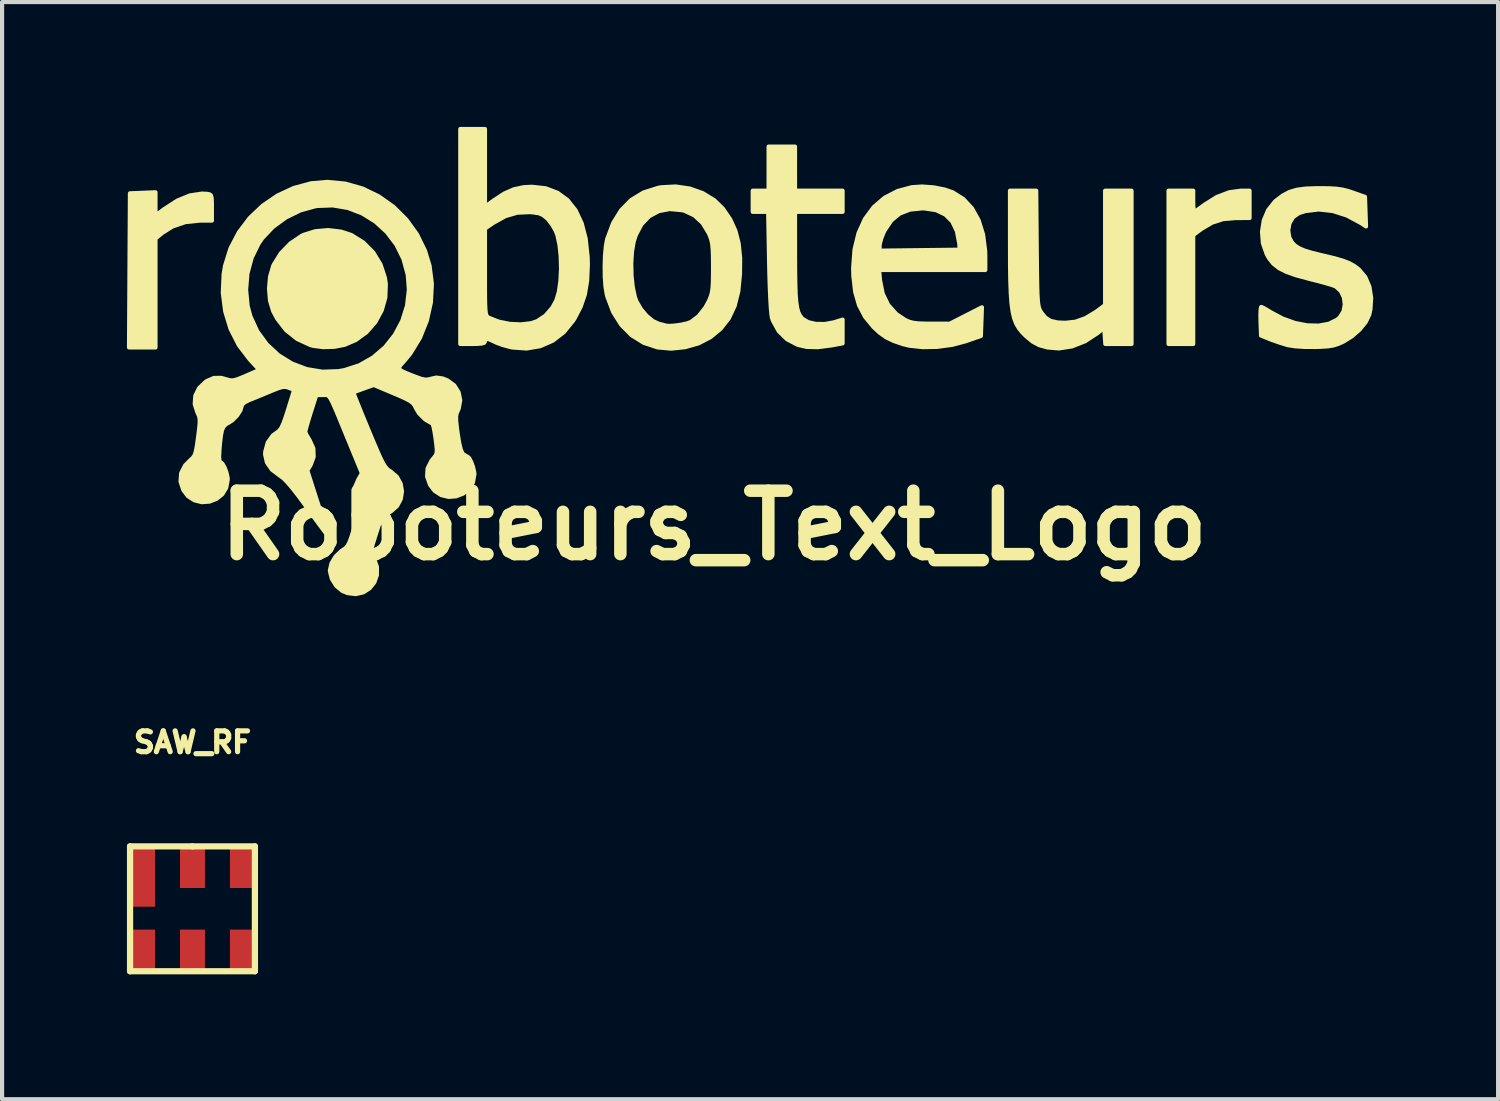
<source format=kicad_pcb>
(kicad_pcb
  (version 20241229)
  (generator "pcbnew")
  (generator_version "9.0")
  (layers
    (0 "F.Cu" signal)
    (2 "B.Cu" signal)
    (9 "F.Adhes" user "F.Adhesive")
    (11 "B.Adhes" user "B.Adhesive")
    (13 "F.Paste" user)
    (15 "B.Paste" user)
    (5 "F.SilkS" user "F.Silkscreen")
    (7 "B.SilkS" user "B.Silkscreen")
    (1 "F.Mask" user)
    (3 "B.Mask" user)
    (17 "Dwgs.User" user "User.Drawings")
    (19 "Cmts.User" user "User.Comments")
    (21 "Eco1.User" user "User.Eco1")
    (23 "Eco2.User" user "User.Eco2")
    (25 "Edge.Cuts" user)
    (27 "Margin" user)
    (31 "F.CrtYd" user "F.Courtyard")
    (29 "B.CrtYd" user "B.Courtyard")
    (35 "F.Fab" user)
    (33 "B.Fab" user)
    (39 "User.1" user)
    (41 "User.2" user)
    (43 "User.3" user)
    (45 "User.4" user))
  (footprint "SAW_RF"
    (layer "F.Cu")
    (at 1.575 18.787)
    (property "Reference" "SAW_RF" (at 0 -4 0) (layer "F.SilkS") (effects (font (size 0.5 0.5) (thickness 0.125))))
    (attr through_hole)
    (fp_line (start -1.5 -1.5) (end 0 -1.5) (stroke (width 0.15) (type solid)) (layer "F.SilkS"))
    (fp_line (start -1.5 1.5) (end -1.5 -1.5) (stroke (width 0.15) (type solid)) (layer "F.SilkS"))
    (fp_line (start 0 -1.5) (end 1.5 -1.5) (stroke (width 0.15) (type solid)) (layer "F.SilkS"))
    (fp_line (start 1.5 -1.5) (end 1.5 1.5) (stroke (width 0.15) (type solid)) (layer "F.SilkS"))
    (fp_line (start 1.5 1.5) (end -1.5 1.5) (stroke (width 0.15) (type solid)) (layer "F.SilkS"))
    (pad "1" smd rect (at -1.2 -0.8) (size 0.6 1.5) (layers "F.Cu" "F.Mask" "F.Paste"))
    (pad "2" smd rect (at 0 -1) (size 0.6 1) (layers "F.Cu" "F.Mask" "F.Paste"))
    (pad "3" smd rect (at 1.2 -1) (size 0.6 1) (layers "F.Cu" "F.Mask" "F.Paste"))
    (pad "4" smd rect (at 1.2 1) (size 0.6 1) (layers "F.Cu" "F.Mask" "F.Paste"))
    (pad "5" smd rect (at 0 1) (size 0.6 1) (layers "F.Cu" "F.Mask" "F.Paste"))
    (pad "6" smd rect (at -1.2 1) (size 0.6 1) (layers "F.Cu" "F.Mask" "F.Paste")))
  (footprint "Roboteurs_Text_Logo"
    (layer "F.Cu")
    (at 14.106 9.575)
    (property "Reference" "Roboteurs_Text_Logo" (at 0 0 0) (layer "F.SilkS") (effects (font (size 1.524 1.524) (thickness 0.3))))
    (attr through_hole)
    (fp_poly (pts (xy -12.065 -7.324) (xy -12.36 -7.324) (xy -12.702 -7.288) (xy -13.011 -7.183) (xy -13.261 -7.025) (xy -13.42 -6.894) (xy -13.42 -5.585) (xy -13.42 -4.276) (xy -13.738 -4.276) (xy -14.056 -4.276) (xy -14.045 -6.128) (xy -14.034 -7.98) (xy -13.727 -7.992) (xy -13.42 -8.005) (xy -13.42 -7.724) (xy -13.42 -7.443) (xy -13.219 -7.596) (xy -12.899 -7.803) (xy -12.593 -7.929) (xy -12.301 -7.973) (xy -12.181 -7.967) (xy -12.122 -7.956) (xy -12.087 -7.93) (xy -12.071 -7.869) (xy -12.065 -7.755) (xy -12.065 -7.638) (xy -12.065 -7.324)) (stroke (width 0.1) (type solid)) (fill yes) (layer "F.SilkS"))
    (fp_poly (pts (xy 12.869 -7.387) (xy 12.541 -7.386) (xy 12.234 -7.36) (xy 11.965 -7.274) (xy 11.706 -7.12) (xy 11.664 -7.089) (xy 11.515 -6.975) (xy 11.515 -5.668) (xy 11.515 -4.36) (xy 11.218 -4.36) (xy 10.922 -4.36) (xy 10.922 -6.202) (xy 10.922 -8.043) (xy 11.218 -8.043) (xy 11.515 -8.043) (xy 11.515 -7.789) (xy 11.518 -7.655) (xy 11.527 -7.563) (xy 11.538 -7.535) (xy 11.581 -7.559) (xy 11.671 -7.621) (xy 11.789 -7.708) (xy 12.083 -7.892) (xy 12.379 -8.005) (xy 12.658 -8.043) (xy 12.869 -8.043) (xy 12.869 -7.715) (xy 12.869 -7.387)) (stroke (width 0.1) (type solid)) (fill yes) (layer "F.SilkS"))
    (fp_poly (pts (xy -7.885 -5.798) (xy -7.897 -5.477) (xy -7.984 -5.168) (xy -8.137 -4.886) (xy -8.348 -4.644) (xy -8.607 -4.455) (xy -8.875 -4.34) (xy -9.124 -4.292) (xy -9.389 -4.284) (xy -9.631 -4.315) (xy -9.696 -4.333) (xy -10.014 -4.479) (xy -10.283 -4.693) (xy -10.498 -4.971) (xy -10.593 -5.151) (xy -10.668 -5.401) (xy -10.692 -5.687) (xy -10.667 -5.976) (xy -10.591 -6.237) (xy -10.578 -6.265) (xy -10.409 -6.537) (xy -10.179 -6.775) (xy -9.911 -6.957) (xy -9.864 -6.98) (xy -9.582 -7.069) (xy -9.272 -7.096) (xy -8.963 -7.06) (xy -8.714 -6.978) (xy -8.425 -6.798) (xy -8.188 -6.559) (xy -8.013 -6.272) (xy -7.907 -5.951) (xy -7.885 -5.798)) (stroke (width 0.1) (type solid)) (fill yes) (layer "F.SilkS"))
    (fp_poly (pts (xy 3.09 -4.375) (xy 2.821 -4.325) (xy 2.494 -4.283) (xy 2.224 -4.29) (xy 2.013 -4.339) (xy 1.756 -4.472) (xy 1.556 -4.667) (xy 1.417 -4.919) (xy 1.393 -4.99) (xy 1.379 -5.077) (xy 1.365 -5.238) (xy 1.352 -5.462) (xy 1.34 -5.74) (xy 1.33 -6.06) (xy 1.324 -6.339) (xy 1.302 -7.535) (xy 1.117 -7.535) (xy 0.931 -7.535) (xy 0.931 -7.789) (xy 0.931 -8.043) (xy 1.122 -8.043) (xy 1.312 -8.043) (xy 1.312 -8.572) (xy 1.312 -9.102) (xy 1.63 -9.102) (xy 1.947 -9.102) (xy 1.947 -8.572) (xy 1.947 -8.043) (xy 2.519 -8.043) (xy 3.09 -8.043) (xy 3.09 -7.789) (xy 3.09 -7.535) (xy 2.519 -7.535) (xy 1.947 -7.535) (xy 1.948 -6.466) (xy 1.95 -6.088) (xy 1.955 -5.784) (xy 1.963 -5.546) (xy 1.978 -5.362) (xy 1.999 -5.223) (xy 2.027 -5.12) (xy 2.065 -5.043) (xy 2.113 -4.981) (xy 2.128 -4.965) (xy 2.26 -4.885) (xy 2.445 -4.842) (xy 2.658 -4.839) (xy 2.874 -4.878) (xy 2.889 -4.882) (xy 3.09 -4.945) (xy 3.09 -4.66) (xy 3.09 -4.375)) (stroke (width 0.1) (type solid)) (fill yes) (layer "F.SilkS"))
    (fp_poly (pts (xy 10.033 -4.36) (xy 9.718 -4.36) (xy 9.403 -4.36) (xy 9.39 -4.555) (xy 9.377 -4.75) (xy 9.213 -4.619) (xy 8.916 -4.425) (xy 8.603 -4.302) (xy 8.289 -4.253) (xy 8.014 -4.276) (xy 7.815 -4.331) (xy 7.656 -4.416) (xy 7.5 -4.545) (xy 7.404 -4.641) (xy 7.326 -4.739) (xy 7.262 -4.848) (xy 7.213 -4.977) (xy 7.176 -5.135) (xy 7.149 -5.332) (xy 7.131 -5.576) (xy 7.12 -5.877) (xy 7.114 -6.244) (xy 7.113 -6.686) (xy 7.113 -6.699) (xy 7.112 -8.043) (xy 7.427 -8.043) (xy 7.743 -8.043) (xy 7.755 -6.657) (xy 7.759 -6.277) (xy 7.763 -5.973) (xy 7.767 -5.734) (xy 7.773 -5.551) (xy 7.781 -5.415) (xy 7.791 -5.316) (xy 7.805 -5.245) (xy 7.823 -5.191) (xy 7.846 -5.147) (xy 7.862 -5.119) (xy 7.962 -4.994) (xy 8.085 -4.916) (xy 8.252 -4.877) (xy 8.441 -4.868) (xy 8.686 -4.895) (xy 8.925 -4.98) (xy 9.178 -5.132) (xy 9.26 -5.192) (xy 9.398 -5.296) (xy 9.398 -6.67) (xy 9.398 -8.043) (xy 9.716 -8.043) (xy 10.033 -8.043) (xy 10.033 -6.202) (xy 10.033 -4.36)) (stroke (width 0.1) (type solid)) (fill yes) (layer "F.SilkS"))
    (fp_poly (pts (xy 6.519 -6.138) (xy 5.905 -6.138) (xy 5.905 -6.625) (xy 5.893 -6.773) (xy 5.837 -7.07) (xy 5.726 -7.302) (xy 5.559 -7.47) (xy 5.337 -7.575) (xy 5.057 -7.618) (xy 5.005 -7.619) (xy 4.706 -7.588) (xy 4.459 -7.492) (xy 4.259 -7.326) (xy 4.1 -7.088) (xy 4.08 -7.048) (xy 4.023 -6.906) (xy 3.987 -6.776) (xy 3.98 -6.72) (xy 3.979 -6.602) (xy 4.942 -6.614) (xy 5.905 -6.625) (xy 5.905 -6.138) (xy 5.243 -6.138) (xy 3.968 -6.138) (xy 3.99 -5.89) (xy 4.054 -5.568) (xy 4.185 -5.298) (xy 4.382 -5.079) (xy 4.593 -4.938) (xy 4.685 -4.896) (xy 4.786 -4.869) (xy 4.917 -4.854) (xy 5.099 -4.848) (xy 5.214 -4.847) (xy 5.665 -4.847) (xy 6.051 -5.044) (xy 6.438 -5.241) (xy 6.426 -4.897) (xy 6.413 -4.553) (xy 6.054 -4.427) (xy 5.723 -4.339) (xy 5.367 -4.291) (xy 5.015 -4.284) (xy 4.693 -4.319) (xy 4.551 -4.353) (xy 4.318 -4.432) (xy 4.138 -4.519) (xy 3.981 -4.63) (xy 3.834 -4.766) (xy 3.631 -5.012) (xy 3.485 -5.291) (xy 3.392 -5.615) (xy 3.349 -5.995) (xy 3.344 -6.188) (xy 3.377 -6.628) (xy 3.472 -7.02) (xy 3.626 -7.362) (xy 3.837 -7.648) (xy 4.1 -7.874) (xy 4.414 -8.036) (xy 4.756 -8.127) (xy 5.001 -8.143) (xy 5.276 -8.123) (xy 5.541 -8.071) (xy 5.732 -8.006) (xy 5.99 -7.845) (xy 6.2 -7.618) (xy 6.36 -7.33) (xy 6.466 -6.988) (xy 6.516 -6.597) (xy 6.519 -6.454) (xy 6.519 -6.138)) (stroke (width 0.1) (type solid)) (fill yes) (layer "F.SilkS"))
    (fp_poly (pts (xy -3.031 -6.265) (xy -3.048 -5.88) (xy -3.103 -5.549) (xy -3.204 -5.253) (xy -3.354 -4.967) (xy -3.385 -4.919) (xy -3.608 -4.644) (xy -3.675 -4.592) (xy -3.675 -6.166) (xy -3.683 -6.463) (xy -3.712 -6.741) (xy -3.763 -6.975) (xy -3.8 -7.074) (xy -3.882 -7.219) (xy -3.986 -7.354) (xy -4.017 -7.385) (xy -4.108 -7.458) (xy -4.205 -7.5) (xy -4.34 -7.521) (xy -4.422 -7.528) (xy -4.726 -7.515) (xy -5.011 -7.432) (xy -5.297 -7.273) (xy -5.302 -7.27) (xy -5.503 -7.133) (xy -5.503 -6.087) (xy -5.503 -5.763) (xy -5.502 -5.513) (xy -5.499 -5.328) (xy -5.493 -5.196) (xy -5.484 -5.107) (xy -5.47 -5.052) (xy -5.451 -5.02) (xy -5.426 -4.999) (xy -5.408 -4.989) (xy -5.175 -4.897) (xy -4.91 -4.843) (xy -4.64 -4.83) (xy -4.393 -4.859) (xy -4.253 -4.906) (xy -4.051 -5.039) (xy -3.882 -5.234) (xy -3.787 -5.409) (xy -3.727 -5.614) (xy -3.69 -5.875) (xy -3.675 -6.166) (xy -3.675 -4.592) (xy -3.875 -4.438) (xy -4.176 -4.307) (xy -4.503 -4.251) (xy -4.847 -4.276) (xy -4.911 -4.29) (xy -5.07 -4.334) (xy -5.218 -4.387) (xy -5.279 -4.416) (xy -5.407 -4.474) (xy -5.478 -4.48) (xy -5.503 -4.435) (xy -5.503 -4.424) (xy -5.521 -4.389) (xy -5.583 -4.37) (xy -5.707 -4.361) (xy -5.8 -4.36) (xy -6.096 -4.36) (xy -6.096 -6.943) (xy -6.096 -9.525) (xy -5.8 -9.525) (xy -5.503 -9.525) (xy -5.503 -8.59) (xy -5.503 -7.655) (xy -5.296 -7.807) (xy -5.044 -7.972) (xy -4.813 -8.075) (xy -4.574 -8.127) (xy -4.375 -8.137) (xy -4.045 -8.101) (xy -3.76 -7.993) (xy -3.519 -7.816) (xy -3.325 -7.571) (xy -3.179 -7.26) (xy -3.082 -6.886) (xy -3.036 -6.449) (xy -3.031 -6.265)) (stroke (width 0.1) (type solid)) (fill yes) (layer "F.SilkS"))
    (fp_poly (pts (xy 0.628 -6.426) (xy 0.625 -6.044) (xy 0.584 -5.625) (xy 0.495 -5.271) (xy 0.355 -4.974) (xy 0.16 -4.726) (xy -0.022 -4.575) (xy -0.022 -6.202) (xy -0.024 -6.446) (xy -0.03 -6.624) (xy -0.042 -6.756) (xy -0.063 -6.86) (xy -0.096 -6.954) (xy -0.122 -7.016) (xy -0.273 -7.266) (xy -0.471 -7.449) (xy -0.708 -7.56) (xy -0.765 -7.574) (xy -1.063 -7.602) (xy -1.328 -7.552) (xy -1.556 -7.429) (xy -1.742 -7.236) (xy -1.879 -6.977) (xy -1.93 -6.816) (xy -1.971 -6.574) (xy -1.988 -6.294) (xy -1.981 -6.003) (xy -1.952 -5.726) (xy -1.901 -5.49) (xy -1.865 -5.387) (xy -1.76 -5.204) (xy -1.623 -5.04) (xy -1.471 -4.913) (xy -1.328 -4.845) (xy -1.324 -4.845) (xy -1.223 -4.82) (xy -1.164 -4.802) (xy -1.079 -4.793) (xy -0.944 -4.802) (xy -0.79 -4.823) (xy -0.65 -4.854) (xy -0.557 -4.887) (xy -0.37 -5.027) (xy -0.206 -5.236) (xy -0.119 -5.397) (xy -0.08 -5.492) (xy -0.052 -5.586) (xy -0.035 -5.697) (xy -0.026 -5.844) (xy -0.023 -6.046) (xy -0.022 -6.202) (xy -0.022 -4.575) (xy -0.087 -4.522) (xy -0.369 -4.376) (xy -0.693 -4.283) (xy -1.03 -4.248) (xy -1.351 -4.277) (xy -1.353 -4.277) (xy -1.688 -4.388) (xy -1.981 -4.57) (xy -2.227 -4.818) (xy -2.422 -5.127) (xy -2.561 -5.494) (xy -2.58 -5.567) (xy -2.608 -5.745) (xy -2.624 -5.976) (xy -2.627 -6.232) (xy -2.619 -6.487) (xy -2.598 -6.712) (xy -2.567 -6.879) (xy -2.424 -7.262) (xy -2.23 -7.576) (xy -1.987 -7.822) (xy -1.693 -8) (xy -1.349 -8.11) (xy -1.268 -8.125) (xy -0.922 -8.144) (xy -0.583 -8.095) (xy -0.268 -7.983) (xy 0.008 -7.814) (xy 0.217 -7.608) (xy 0.392 -7.351) (xy 0.515 -7.079) (xy 0.593 -6.776) (xy 0.628 -6.426)) (stroke (width 0.1) (type solid)) (fill yes) (layer "F.SilkS"))
    (fp_poly (pts (xy 15.791 -5.469) (xy 15.772 -5.184) (xy 15.745 -5.065) (xy 15.661 -4.888) (xy 15.515 -4.707) (xy 15.326 -4.542) (xy 15.119 -4.414) (xy 14.997 -4.36) (xy 14.883 -4.324) (xy 14.751 -4.303) (xy 14.577 -4.292) (xy 14.436 -4.288) (xy 14.186 -4.29) (xy 13.965 -4.304) (xy 13.797 -4.33) (xy 13.78 -4.334) (xy 13.606 -4.387) (xy 13.419 -4.452) (xy 13.356 -4.476) (xy 13.145 -4.562) (xy 13.132 -4.906) (xy 13.13 -5.064) (xy 13.135 -5.184) (xy 13.145 -5.245) (xy 13.15 -5.249) (xy 13.199 -5.228) (xy 13.295 -5.174) (xy 13.374 -5.125) (xy 13.662 -4.971) (xy 13.961 -4.864) (xy 14.255 -4.807) (xy 14.531 -4.801) (xy 14.774 -4.845) (xy 14.973 -4.943) (xy 15.036 -4.997) (xy 15.126 -5.139) (xy 15.157 -5.309) (xy 15.135 -5.482) (xy 15.061 -5.634) (xy 14.941 -5.741) (xy 14.924 -5.749) (xy 14.84 -5.779) (xy 14.695 -5.822) (xy 14.508 -5.873) (xy 14.3 -5.925) (xy 14.298 -5.926) (xy 13.99 -6.009) (xy 13.754 -6.092) (xy 13.575 -6.183) (xy 13.44 -6.29) (xy 13.337 -6.42) (xy 13.282 -6.517) (xy 13.19 -6.781) (xy 13.168 -7.058) (xy 13.211 -7.33) (xy 13.316 -7.578) (xy 13.481 -7.784) (xy 13.509 -7.808) (xy 13.668 -7.928) (xy 13.826 -8.012) (xy 14.003 -8.065) (xy 14.219 -8.094) (xy 14.495 -8.103) (xy 14.541 -8.103) (xy 14.779 -8.101) (xy 14.958 -8.09) (xy 15.104 -8.069) (xy 15.242 -8.034) (xy 15.346 -7.999) (xy 15.642 -7.895) (xy 15.655 -7.54) (xy 15.667 -7.185) (xy 15.549 -7.263) (xy 15.212 -7.445) (xy 14.869 -7.555) (xy 14.531 -7.592) (xy 14.209 -7.553) (xy 14.048 -7.501) (xy 13.914 -7.406) (xy 13.829 -7.261) (xy 13.797 -7.091) (xy 13.824 -6.919) (xy 13.889 -6.799) (xy 13.961 -6.724) (xy 14.056 -6.662) (xy 14.188 -6.605) (xy 14.373 -6.549) (xy 14.624 -6.487) (xy 14.668 -6.477) (xy 14.927 -6.415) (xy 15.12 -6.358) (xy 15.267 -6.301) (xy 15.385 -6.235) (xy 15.493 -6.154) (xy 15.495 -6.152) (xy 15.649 -5.97) (xy 15.749 -5.736) (xy 15.791 -5.469)) (stroke (width 0.1) (type solid)) (fill yes) (layer "F.SilkS"))
    (fp_poly (pts (xy -5.757 -1.23) (xy -5.793 -1.033) (xy -5.889 -0.876) (xy -6.029 -0.764) (xy -6.198 -0.699) (xy -6.378 -0.686) (xy -6.555 -0.729) (xy -6.712 -0.83) (xy -6.823 -0.976) (xy -6.894 -1.178) (xy -6.881 -1.37) (xy -6.786 -1.559) (xy -6.723 -1.635) (xy -6.684 -1.686) (xy -6.663 -1.743) (xy -6.661 -1.828) (xy -6.674 -1.962) (xy -6.689 -2.08) (xy -6.714 -2.242) (xy -6.739 -2.368) (xy -6.76 -2.438) (xy -6.766 -2.445) (xy -6.94 -2.546) (xy -7.088 -2.694) (xy -7.153 -2.802) (xy -7.191 -2.878) (xy -7.236 -2.938) (xy -7.304 -2.991) (xy -7.409 -3.047) (xy -7.568 -3.119) (xy -7.704 -3.176) (xy -8.175 -3.375) (xy -8.416 -3.289) (xy -8.545 -3.242) (xy -8.636 -3.209) (xy -8.666 -3.197) (xy -8.653 -3.159) (xy -8.612 -3.053) (xy -8.547 -2.891) (xy -8.463 -2.683) (xy -8.364 -2.442) (xy -8.301 -2.289) (xy -8.179 -1.998) (xy -8.084 -1.775) (xy -8.01 -1.61) (xy -7.95 -1.492) (xy -7.9 -1.412) (xy -7.855 -1.357) (xy -7.807 -1.319) (xy -7.774 -1.299) (xy -7.62 -1.169) (xy -7.528 -1.001) (xy -7.497 -0.816) (xy -7.527 -0.631) (xy -7.616 -0.465) (xy -7.763 -0.336) (xy -7.825 -0.305) (xy -7.897 -0.271) (xy -7.95 -0.229) (xy -7.994 -0.163) (xy -8.038 -0.056) (xy -8.092 0.109) (xy -8.121 0.198) (xy -8.256 0.634) (xy -8.171 0.792) (xy -8.099 0.999) (xy -8.1 1.195) (xy -8.162 1.369) (xy -8.275 1.511) (xy -8.427 1.608) (xy -8.608 1.65) (xy -8.807 1.625) (xy -8.93 1.574) (xy -9.076 1.453) (xy -9.182 1.285) (xy -9.228 1.102) (xy -9.229 1.08) (xy -9.191 0.912) (xy -9.093 0.747) (xy -8.952 0.613) (xy -8.919 0.592) (xy -8.855 0.548) (xy -8.805 0.491) (xy -8.759 0.404) (xy -8.71 0.271) (xy -8.648 0.075) (xy -8.639 0.045) (xy -8.578 -0.157) (xy -8.541 -0.296) (xy -8.525 -0.391) (xy -8.528 -0.46) (xy -8.547 -0.521) (xy -8.567 -0.566) (xy -8.629 -0.762) (xy -8.613 -0.947) (xy -8.548 -1.098) (xy -8.459 -1.255) (xy -8.801 -2.084) (xy -8.93 -2.398) (xy -9.03 -2.643) (xy -9.108 -2.826) (xy -9.167 -2.958) (xy -9.213 -3.046) (xy -9.25 -3.099) (xy -9.283 -3.126) (xy -9.317 -3.135) (xy -9.357 -3.134) (xy -9.399 -3.133) (xy -9.556 -3.133) (xy -9.689 -2.714) (xy -9.744 -2.535) (xy -9.788 -2.385) (xy -9.815 -2.283) (xy -9.821 -2.25) (xy -9.799 -2.19) (xy -9.743 -2.092) (xy -9.716 -2.049) (xy -9.627 -1.852) (xy -9.619 -1.649) (xy -9.691 -1.454) (xy -9.691 -1.454) (xy -9.772 -1.321) (xy -9.524 -0.546) (xy -9.447 -0.305) (xy -9.381 -0.094) (xy -9.329 0.075) (xy -9.295 0.19) (xy -9.283 0.237) (xy -9.283 0.238) (xy -9.31 0.208) (xy -9.378 0.119) (xy -9.479 -0.018) (xy -9.608 -0.193) (xy -9.755 -0.396) (xy -9.779 -0.429) (xy -9.973 -0.694) (xy -10.129 -0.895) (xy -10.253 -1.04) (xy -10.352 -1.139) (xy -10.433 -1.197) (xy -10.434 -1.198) (xy -10.624 -1.341) (xy -10.743 -1.514) (xy -10.786 -1.707) (xy -10.783 -1.767) (xy -10.723 -1.991) (xy -10.6 -2.162) (xy -10.5 -2.235) (xy -10.444 -2.277) (xy -10.396 -2.343) (xy -10.347 -2.448) (xy -10.29 -2.607) (xy -10.235 -2.779) (xy -10.088 -3.255) (xy -10.212 -3.306) (xy -10.283 -3.328) (xy -10.357 -3.328) (xy -10.456 -3.302) (xy -10.602 -3.245) (xy -10.661 -3.22) (xy -10.841 -3.145) (xy -11.015 -3.073) (xy -11.151 -3.019) (xy -11.165 -3.014) (xy -11.278 -2.957) (xy -11.34 -2.899) (xy -11.345 -2.88) (xy -11.378 -2.766) (xy -11.462 -2.637) (xy -11.574 -2.525) (xy -11.658 -2.47) (xy -11.731 -2.429) (xy -11.783 -2.375) (xy -11.82 -2.295) (xy -11.846 -2.171) (xy -11.868 -1.988) (xy -11.882 -1.831) (xy -11.891 -1.652) (xy -11.883 -1.549) (xy -11.864 -1.524) (xy -11.814 -1.487) (xy -11.76 -1.394) (xy -11.714 -1.271) (xy -11.687 -1.147) (xy -11.684 -1.103) (xy -11.72 -0.906) (xy -11.815 -0.749) (xy -11.956 -0.637) (xy -12.124 -0.572) (xy -12.305 -0.559) (xy -12.482 -0.602) (xy -12.639 -0.703) (xy -12.75 -0.849) (xy -12.818 -1.055) (xy -12.803 -1.255) (xy -12.708 -1.442) (xy -12.578 -1.573) (xy -12.522 -1.624) (xy -12.482 -1.683) (xy -12.453 -1.768) (xy -12.427 -1.899) (xy -12.4 -2.092) (xy -12.396 -2.123) (xy -12.37 -2.326) (xy -12.358 -2.466) (xy -12.359 -2.561) (xy -12.375 -2.633) (xy -12.405 -2.701) (xy -12.413 -2.715) (xy -12.477 -2.916) (xy -12.463 -3.115) (xy -12.373 -3.299) (xy -12.214 -3.451) (xy -12.182 -3.472) (xy -12.016 -3.543) (xy -11.845 -3.546) (xy -11.701 -3.506) (xy -11.624 -3.485) (xy -11.547 -3.486) (xy -11.448 -3.513) (xy -11.303 -3.571) (xy -11.244 -3.597) (xy -10.923 -3.736) (xy -11.153 -3.985) (xy -11.417 -4.331) (xy -11.616 -4.722) (xy -11.745 -5.145) (xy -11.802 -5.588) (xy -11.782 -6.037) (xy -11.748 -6.239) (xy -11.618 -6.656) (xy -11.418 -7.04) (xy -11.157 -7.386) (xy -10.843 -7.684) (xy -10.487 -7.927) (xy -10.097 -8.108) (xy -9.683 -8.22) (xy -9.292 -8.254) (xy -8.859 -8.213) (xy -8.444 -8.095) (xy -8.056 -7.907) (xy -7.703 -7.657) (xy -7.394 -7.351) (xy -7.138 -6.996) (xy -6.944 -6.601) (xy -6.834 -6.239) (xy -6.779 -5.803) (xy -6.802 -5.359) (xy -6.899 -4.923) (xy -7.065 -4.508) (xy -7.296 -4.13) (xy -7.331 -4.087) (xy -7.331 -5.665) (xy -7.358 -6.023) (xy -7.461 -6.402) (xy -7.631 -6.746) (xy -7.859 -7.047) (xy -8.135 -7.299) (xy -8.45 -7.495) (xy -8.795 -7.628) (xy -9.16 -7.69) (xy -9.536 -7.676) (xy -9.58 -7.669) (xy -9.941 -7.569) (xy -10.285 -7.4) (xy -10.594 -7.176) (xy -10.849 -6.907) (xy -10.941 -6.775) (xy -11.108 -6.434) (xy -11.21 -6.057) (xy -11.243 -5.664) (xy -11.206 -5.275) (xy -11.14 -5.026) (xy -10.974 -4.664) (xy -10.745 -4.35) (xy -10.465 -4.09) (xy -10.142 -3.89) (xy -9.787 -3.756) (xy -9.409 -3.693) (xy -9.019 -3.707) (xy -8.882 -3.731) (xy -8.515 -3.85) (xy -8.187 -4.038) (xy -7.901 -4.285) (xy -7.667 -4.581) (xy -7.489 -4.916) (xy -7.375 -5.281) (xy -7.331 -5.665) (xy -7.331 -4.087) (xy -7.451 -3.942) (xy -7.527 -3.858) (xy -7.567 -3.799) (xy -7.562 -3.754) (xy -7.503 -3.71) (xy -7.384 -3.656) (xy -7.205 -3.584) (xy -7.041 -3.524) (xy -6.929 -3.501) (xy -6.844 -3.511) (xy -6.832 -3.516) (xy -6.672 -3.553) (xy -6.516 -3.53) (xy -6.404 -3.485) (xy -6.241 -3.365) (xy -6.136 -3.199) (xy -6.098 -3.007) (xy -6.133 -2.81) (xy -6.157 -2.756) (xy -6.184 -2.691) (xy -6.197 -2.616) (xy -6.195 -2.51) (xy -6.178 -2.355) (xy -6.158 -2.202) (xy -6.121 -1.976) (xy -6.085 -1.825) (xy -6.046 -1.736) (xy -6.022 -1.71) (xy -5.952 -1.664) (xy -5.921 -1.652) (xy -5.88 -1.614) (xy -5.832 -1.521) (xy -5.789 -1.401) (xy -5.762 -1.283) (xy -5.757 -1.23)) (stroke (width 0.1) (type solid)) (fill yes) (layer "F.SilkS")))
  (gr_rect
    (start -3 -3)
    (end 32.947 23.362)
    (stroke (width 0.1) (type default))
    (fill no)
    (layer "Edge.Cuts")))
</source>
